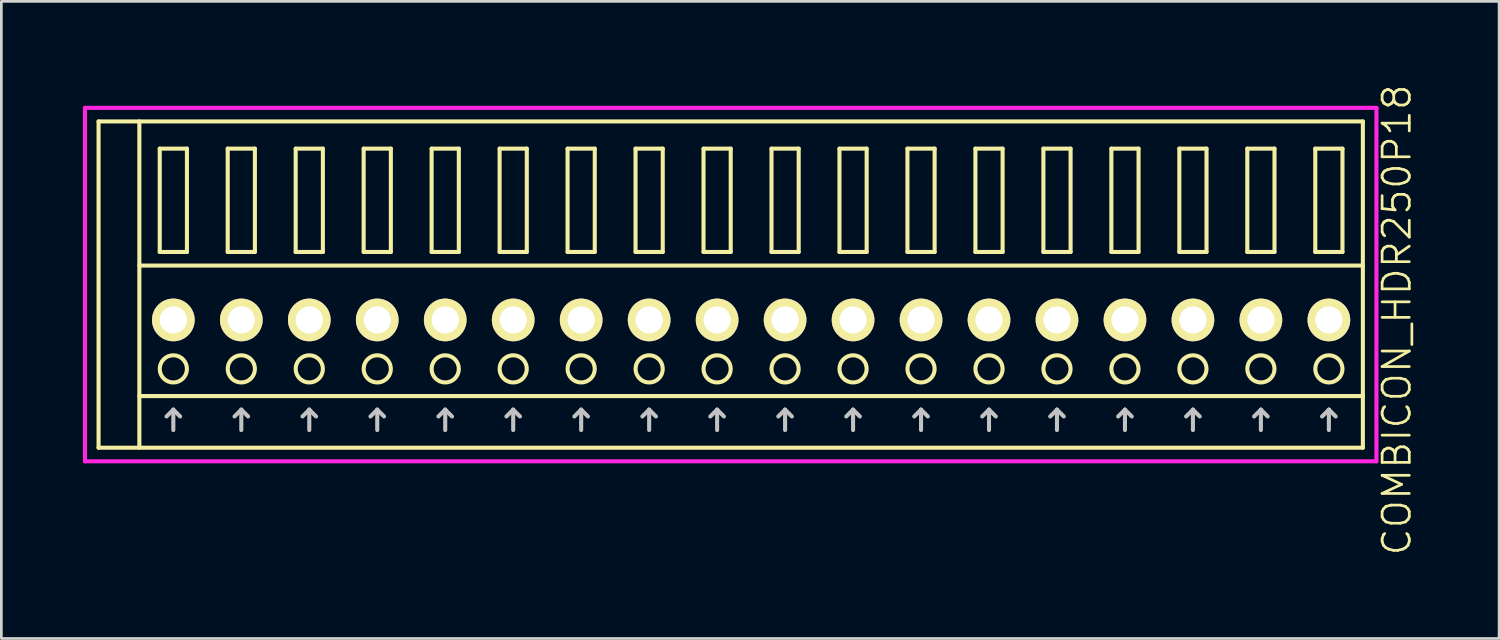
<source format=kicad_pcb>
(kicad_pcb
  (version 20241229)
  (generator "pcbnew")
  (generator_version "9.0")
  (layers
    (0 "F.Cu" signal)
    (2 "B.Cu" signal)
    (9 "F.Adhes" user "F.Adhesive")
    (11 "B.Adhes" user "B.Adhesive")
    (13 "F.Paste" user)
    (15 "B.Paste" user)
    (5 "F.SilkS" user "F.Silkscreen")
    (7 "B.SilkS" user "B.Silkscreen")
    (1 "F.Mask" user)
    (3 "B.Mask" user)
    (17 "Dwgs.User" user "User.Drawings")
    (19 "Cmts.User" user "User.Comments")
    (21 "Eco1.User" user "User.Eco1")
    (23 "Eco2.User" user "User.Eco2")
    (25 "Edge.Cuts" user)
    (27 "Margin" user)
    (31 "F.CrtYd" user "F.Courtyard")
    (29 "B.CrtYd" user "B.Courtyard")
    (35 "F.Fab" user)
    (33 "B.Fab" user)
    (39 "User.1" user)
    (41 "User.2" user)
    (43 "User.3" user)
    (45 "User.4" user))
  (footprint "COMBICON_HDR250P18"
    (layer "F.Cu")
    (at 24.575 8.717)
    (property "Reference" "COMBICON_HDR250P18" (at 23.75 0 90) (layer "F.SilkS") (effects (font (size 1 1) (thickness 0.1))))
    (attr through_hole)
    (fp_line (start -24 -7.3) (end -24 4.7) (stroke (width 0.15) (type solid)) (layer "F.SilkS"))
    (fp_line (start -24 4.7) (end 22.5 4.7) (stroke (width 0.15) (type solid)) (layer "F.SilkS"))
    (fp_line (start -22.5 -2) (end 22.5 -2) (stroke (width 0.15) (type solid)) (layer "F.SilkS"))
    (fp_line (start -22.5 2.8) (end 22.5 2.8) (stroke (width 0.15) (type solid)) (layer "F.SilkS"))
    (fp_line (start -22.5 4.7) (end -22.5 -7.3) (stroke (width 0.15) (type solid)) (layer "F.SilkS"))
    (fp_line (start -21.75 -6.3) (end -21.75 -2.5) (stroke (width 0.15) (type solid)) (layer "F.SilkS"))
    (fp_line (start -21.75 -2.5) (end -20.75 -2.5) (stroke (width 0.15) (type solid)) (layer "F.SilkS"))
    (fp_line (start -20.75 -6.3) (end -21.75 -6.3) (stroke (width 0.15) (type solid)) (layer "F.SilkS"))
    (fp_line (start -20.75 -2.5) (end -20.75 -6.3) (stroke (width 0.15) (type solid)) (layer "F.SilkS"))
    (fp_line (start -19.25 -6.3) (end -19.25 -2.5) (stroke (width 0.15) (type solid)) (layer "F.SilkS"))
    (fp_line (start -19.25 -2.5) (end -18.25 -2.5) (stroke (width 0.15) (type solid)) (layer "F.SilkS"))
    (fp_line (start -18.25 -6.3) (end -19.25 -6.3) (stroke (width 0.15) (type solid)) (layer "F.SilkS"))
    (fp_line (start -18.25 -2.5) (end -18.25 -6.3) (stroke (width 0.15) (type solid)) (layer "F.SilkS"))
    (fp_line (start -16.75 -6.3) (end -16.75 -2.5) (stroke (width 0.15) (type solid)) (layer "F.SilkS"))
    (fp_line (start -16.75 -2.5) (end -15.75 -2.5) (stroke (width 0.15) (type solid)) (layer "F.SilkS"))
    (fp_line (start -15.75 -6.3) (end -16.75 -6.3) (stroke (width 0.15) (type solid)) (layer "F.SilkS"))
    (fp_line (start -15.75 -2.5) (end -15.75 -6.3) (stroke (width 0.15) (type solid)) (layer "F.SilkS"))
    (fp_line (start -14.25 -6.3) (end -14.25 -2.5) (stroke (width 0.15) (type solid)) (layer "F.SilkS"))
    (fp_line (start -14.25 -2.5) (end -13.25 -2.5) (stroke (width 0.15) (type solid)) (layer "F.SilkS"))
    (fp_line (start -13.25 -6.3) (end -14.25 -6.3) (stroke (width 0.15) (type solid)) (layer "F.SilkS"))
    (fp_line (start -13.25 -2.5) (end -13.25 -6.3) (stroke (width 0.15) (type solid)) (layer "F.SilkS"))
    (fp_line (start -11.75 -6.3) (end -11.75 -2.5) (stroke (width 0.15) (type solid)) (layer "F.SilkS"))
    (fp_line (start -11.75 -2.5) (end -10.75 -2.5) (stroke (width 0.15) (type solid)) (layer "F.SilkS"))
    (fp_line (start -10.75 -6.3) (end -11.75 -6.3) (stroke (width 0.15) (type solid)) (layer "F.SilkS"))
    (fp_line (start -10.75 -2.5) (end -10.75 -6.3) (stroke (width 0.15) (type solid)) (layer "F.SilkS"))
    (fp_line (start -9.25 -6.3) (end -9.25 -2.5) (stroke (width 0.15) (type solid)) (layer "F.SilkS"))
    (fp_line (start -9.25 -2.5) (end -8.25 -2.5) (stroke (width 0.15) (type solid)) (layer "F.SilkS"))
    (fp_line (start -8.25 -6.3) (end -9.25 -6.3) (stroke (width 0.15) (type solid)) (layer "F.SilkS"))
    (fp_line (start -8.25 -2.5) (end -8.25 -6.3) (stroke (width 0.15) (type solid)) (layer "F.SilkS"))
    (fp_line (start -6.75 -6.3) (end -6.75 -2.5) (stroke (width 0.15) (type solid)) (layer "F.SilkS"))
    (fp_line (start -6.75 -2.5) (end -5.75 -2.5) (stroke (width 0.15) (type solid)) (layer "F.SilkS"))
    (fp_line (start -5.75 -6.3) (end -6.75 -6.3) (stroke (width 0.15) (type solid)) (layer "F.SilkS"))
    (fp_line (start -5.75 -2.5) (end -5.75 -6.3) (stroke (width 0.15) (type solid)) (layer "F.SilkS"))
    (fp_line (start -4.25 -6.3) (end -4.25 -2.5) (stroke (width 0.15) (type solid)) (layer "F.SilkS"))
    (fp_line (start -4.25 -2.5) (end -3.25 -2.5) (stroke (width 0.15) (type solid)) (layer "F.SilkS"))
    (fp_line (start -3.25 -6.3) (end -4.25 -6.3) (stroke (width 0.15) (type solid)) (layer "F.SilkS"))
    (fp_line (start -3.25 -2.5) (end -3.25 -6.3) (stroke (width 0.15) (type solid)) (layer "F.SilkS"))
    (fp_line (start -1.75 -6.3) (end -1.75 -2.5) (stroke (width 0.15) (type solid)) (layer "F.SilkS"))
    (fp_line (start -1.75 -2.5) (end -0.75 -2.5) (stroke (width 0.15) (type solid)) (layer "F.SilkS"))
    (fp_line (start -0.75 -6.3) (end -1.75 -6.3) (stroke (width 0.15) (type solid)) (layer "F.SilkS"))
    (fp_line (start -0.75 -2.5) (end -0.75 -6.3) (stroke (width 0.15) (type solid)) (layer "F.SilkS"))
    (fp_line (start 0.75 -6.3) (end 0.75 -2.5) (stroke (width 0.15) (type solid)) (layer "F.SilkS"))
    (fp_line (start 0.75 -2.5) (end 1.75 -2.5) (stroke (width 0.15) (type solid)) (layer "F.SilkS"))
    (fp_line (start 1.75 -6.3) (end 0.75 -6.3) (stroke (width 0.15) (type solid)) (layer "F.SilkS"))
    (fp_line (start 1.75 -2.5) (end 1.75 -6.3) (stroke (width 0.15) (type solid)) (layer "F.SilkS"))
    (fp_line (start 3.25 -6.3) (end 3.25 -2.5) (stroke (width 0.15) (type solid)) (layer "F.SilkS"))
    (fp_line (start 3.25 -2.5) (end 4.25 -2.5) (stroke (width 0.15) (type solid)) (layer "F.SilkS"))
    (fp_line (start 4.25 -6.3) (end 3.25 -6.3) (stroke (width 0.15) (type solid)) (layer "F.SilkS"))
    (fp_line (start 4.25 -2.5) (end 4.25 -6.3) (stroke (width 0.15) (type solid)) (layer "F.SilkS"))
    (fp_line (start 5.75 -6.3) (end 5.75 -2.5) (stroke (width 0.15) (type solid)) (layer "F.SilkS"))
    (fp_line (start 5.75 -2.5) (end 6.75 -2.5) (stroke (width 0.15) (type solid)) (layer "F.SilkS"))
    (fp_line (start 6.75 -6.3) (end 5.75 -6.3) (stroke (width 0.15) (type solid)) (layer "F.SilkS"))
    (fp_line (start 6.75 -2.5) (end 6.75 -6.3) (stroke (width 0.15) (type solid)) (layer "F.SilkS"))
    (fp_line (start 8.25 -6.3) (end 8.25 -2.5) (stroke (width 0.15) (type solid)) (layer "F.SilkS"))
    (fp_line (start 8.25 -2.5) (end 9.25 -2.5) (stroke (width 0.15) (type solid)) (layer "F.SilkS"))
    (fp_line (start 9.25 -6.3) (end 8.25 -6.3) (stroke (width 0.15) (type solid)) (layer "F.SilkS"))
    (fp_line (start 9.25 -2.5) (end 9.25 -6.3) (stroke (width 0.15) (type solid)) (layer "F.SilkS"))
    (fp_line (start 10.75 -6.3) (end 10.75 -2.5) (stroke (width 0.15) (type solid)) (layer "F.SilkS"))
    (fp_line (start 10.75 -2.5) (end 11.75 -2.5) (stroke (width 0.15) (type solid)) (layer "F.SilkS"))
    (fp_line (start 11.75 -6.3) (end 10.75 -6.3) (stroke (width 0.15) (type solid)) (layer "F.SilkS"))
    (fp_line (start 11.75 -2.5) (end 11.75 -6.3) (stroke (width 0.15) (type solid)) (layer "F.SilkS"))
    (fp_line (start 13.25 -6.3) (end 13.25 -2.5) (stroke (width 0.15) (type solid)) (layer "F.SilkS"))
    (fp_line (start 13.25 -2.5) (end 14.25 -2.5) (stroke (width 0.15) (type solid)) (layer "F.SilkS"))
    (fp_line (start 14.25 -6.3) (end 13.25 -6.3) (stroke (width 0.15) (type solid)) (layer "F.SilkS"))
    (fp_line (start 14.25 -2.5) (end 14.25 -6.3) (stroke (width 0.15) (type solid)) (layer "F.SilkS"))
    (fp_line (start 15.75 -6.3) (end 15.75 -2.5) (stroke (width 0.15) (type solid)) (layer "F.SilkS"))
    (fp_line (start 15.75 -2.5) (end 16.75 -2.5) (stroke (width 0.15) (type solid)) (layer "F.SilkS"))
    (fp_line (start 16.75 -6.3) (end 15.75 -6.3) (stroke (width 0.15) (type solid)) (layer "F.SilkS"))
    (fp_line (start 16.75 -2.5) (end 16.75 -6.3) (stroke (width 0.15) (type solid)) (layer "F.SilkS"))
    (fp_line (start 18.25 -6.3) (end 18.25 -2.5) (stroke (width 0.15) (type solid)) (layer "F.SilkS"))
    (fp_line (start 18.25 -2.5) (end 19.25 -2.5) (stroke (width 0.15) (type solid)) (layer "F.SilkS"))
    (fp_line (start 19.25 -6.3) (end 18.25 -6.3) (stroke (width 0.15) (type solid)) (layer "F.SilkS"))
    (fp_line (start 19.25 -2.5) (end 19.25 -6.3) (stroke (width 0.15) (type solid)) (layer "F.SilkS"))
    (fp_line (start 20.75 -6.3) (end 20.75 -2.5) (stroke (width 0.15) (type solid)) (layer "F.SilkS"))
    (fp_line (start 20.75 -2.5) (end 21.75 -2.5) (stroke (width 0.15) (type solid)) (layer "F.SilkS"))
    (fp_line (start 21.75 -6.3) (end 20.75 -6.3) (stroke (width 0.15) (type solid)) (layer "F.SilkS"))
    (fp_line (start 21.75 -2.5) (end 21.75 -6.3) (stroke (width 0.15) (type solid)) (layer "F.SilkS"))
    (fp_line (start 22.5 -7.3) (end -24 -7.3) (stroke (width 0.15) (type solid)) (layer "F.SilkS"))
    (fp_line (start 22.5 4.7) (end 22.5 -7.3) (stroke (width 0.15) (type solid)) (layer "F.SilkS"))
    (fp_circle (center -21.25 1.8) (end -20.75 1.8) (stroke (width 0.15) (type solid)) (fill no) (layer "F.SilkS"))
    (fp_circle (center -18.75 1.8) (end -18.25 1.8) (stroke (width 0.15) (type solid)) (fill no) (layer "F.SilkS"))
    (fp_circle (center -16.25 1.8) (end -15.75 1.8) (stroke (width 0.15) (type solid)) (fill no) (layer "F.SilkS"))
    (fp_circle (center -13.75 1.8) (end -13.25 1.8) (stroke (width 0.15) (type solid)) (fill no) (layer "F.SilkS"))
    (fp_circle (center -11.25 1.8) (end -10.75 1.8) (stroke (width 0.15) (type solid)) (fill no) (layer "F.SilkS"))
    (fp_circle (center -8.75 1.8) (end -8.25 1.8) (stroke (width 0.15) (type solid)) (fill no) (layer "F.SilkS"))
    (fp_circle (center -6.25 1.8) (end -5.75 1.8) (stroke (width 0.15) (type solid)) (fill no) (layer "F.SilkS"))
    (fp_circle (center -3.75 1.8) (end -3.25 1.8) (stroke (width 0.15) (type solid)) (fill no) (layer "F.SilkS"))
    (fp_circle (center -1.25 1.8) (end -0.75 1.8) (stroke (width 0.15) (type solid)) (fill no) (layer "F.SilkS"))
    (fp_circle (center 1.25 1.8) (end 1.75 1.8) (stroke (width 0.15) (type solid)) (fill no) (layer "F.SilkS"))
    (fp_circle (center 3.75 1.8) (end 4.25 1.8) (stroke (width 0.15) (type solid)) (fill no) (layer "F.SilkS"))
    (fp_circle (center 6.25 1.8) (end 6.75 1.8) (stroke (width 0.15) (type solid)) (fill no) (layer "F.SilkS"))
    (fp_circle (center 8.75 1.8) (end 9.25 1.8) (stroke (width 0.15) (type solid)) (fill no) (layer "F.SilkS"))
    (fp_circle (center 11.25 1.8) (end 11.75 1.8) (stroke (width 0.15) (type solid)) (fill no) (layer "F.SilkS"))
    (fp_circle (center 13.75 1.8) (end 14.25 1.8) (stroke (width 0.15) (type solid)) (fill no) (layer "F.SilkS"))
    (fp_circle (center 16.25 1.8) (end 16.75 1.8) (stroke (width 0.15) (type solid)) (fill no) (layer "F.SilkS"))
    (fp_circle (center 18.75 1.8) (end 19.25 1.8) (stroke (width 0.15) (type solid)) (fill no) (layer "F.SilkS"))
    (fp_circle (center 21.25 1.8) (end 21.75 1.8) (stroke (width 0.15) (type solid)) (fill no) (layer "F.SilkS"))
    (fp_line (start -21.5 3.55) (end -21.25 3.3) (stroke (width 0.15) (type solid)) (layer "Dwgs.User"))
    (fp_line (start -21.25 4.05) (end -21.25 3.3) (stroke (width 0.15) (type solid)) (layer "Dwgs.User"))
    (fp_line (start -21 3.55) (end -21.25 3.3) (stroke (width 0.15) (type solid)) (layer "Dwgs.User"))
    (fp_line (start -19 3.55) (end -18.75 3.3) (stroke (width 0.15) (type solid)) (layer "Dwgs.User"))
    (fp_line (start -18.75 4.05) (end -18.75 3.3) (stroke (width 0.15) (type solid)) (layer "Dwgs.User"))
    (fp_line (start -18.5 3.55) (end -18.75 3.3) (stroke (width 0.15) (type solid)) (layer "Dwgs.User"))
    (fp_line (start -16.5 3.55) (end -16.25 3.3) (stroke (width 0.15) (type solid)) (layer "Dwgs.User"))
    (fp_line (start -16.25 4.05) (end -16.25 3.3) (stroke (width 0.15) (type solid)) (layer "Dwgs.User"))
    (fp_line (start -16 3.55) (end -16.25 3.3) (stroke (width 0.15) (type solid)) (layer "Dwgs.User"))
    (fp_line (start -14 3.55) (end -13.75 3.3) (stroke (width 0.15) (type solid)) (layer "Dwgs.User"))
    (fp_line (start -13.75 4.05) (end -13.75 3.3) (stroke (width 0.15) (type solid)) (layer "Dwgs.User"))
    (fp_line (start -13.5 3.55) (end -13.75 3.3) (stroke (width 0.15) (type solid)) (layer "Dwgs.User"))
    (fp_line (start -11.5 3.55) (end -11.25 3.3) (stroke (width 0.15) (type solid)) (layer "Dwgs.User"))
    (fp_line (start -11.25 4.05) (end -11.25 3.3) (stroke (width 0.15) (type solid)) (layer "Dwgs.User"))
    (fp_line (start -11 3.55) (end -11.25 3.3) (stroke (width 0.15) (type solid)) (layer "Dwgs.User"))
    (fp_line (start -9 3.55) (end -8.75 3.3) (stroke (width 0.15) (type solid)) (layer "Dwgs.User"))
    (fp_line (start -8.75 4.05) (end -8.75 3.3) (stroke (width 0.15) (type solid)) (layer "Dwgs.User"))
    (fp_line (start -8.5 3.55) (end -8.75 3.3) (stroke (width 0.15) (type solid)) (layer "Dwgs.User"))
    (fp_line (start -6.5 3.55) (end -6.25 3.3) (stroke (width 0.15) (type solid)) (layer "Dwgs.User"))
    (fp_line (start -6.25 4.05) (end -6.25 3.3) (stroke (width 0.15) (type solid)) (layer "Dwgs.User"))
    (fp_line (start -6 3.55) (end -6.25 3.3) (stroke (width 0.15) (type solid)) (layer "Dwgs.User"))
    (fp_line (start -4 3.55) (end -3.75 3.3) (stroke (width 0.15) (type solid)) (layer "Dwgs.User"))
    (fp_line (start -3.75 4.05) (end -3.75 3.3) (stroke (width 0.15) (type solid)) (layer "Dwgs.User"))
    (fp_line (start -3.5 3.55) (end -3.75 3.3) (stroke (width 0.15) (type solid)) (layer "Dwgs.User"))
    (fp_line (start -1.5 3.55) (end -1.25 3.3) (stroke (width 0.15) (type solid)) (layer "Dwgs.User"))
    (fp_line (start -1.25 4.05) (end -1.25 3.3) (stroke (width 0.15) (type solid)) (layer "Dwgs.User"))
    (fp_line (start -1 3.55) (end -1.25 3.3) (stroke (width 0.15) (type solid)) (layer "Dwgs.User"))
    (fp_line (start 1 3.55) (end 1.25 3.3) (stroke (width 0.15) (type solid)) (layer "Dwgs.User"))
    (fp_line (start 1.25 4.05) (end 1.25 3.3) (stroke (width 0.15) (type solid)) (layer "Dwgs.User"))
    (fp_line (start 1.5 3.55) (end 1.25 3.3) (stroke (width 0.15) (type solid)) (layer "Dwgs.User"))
    (fp_line (start 3.5 3.55) (end 3.75 3.3) (stroke (width 0.15) (type solid)) (layer "Dwgs.User"))
    (fp_line (start 3.75 4.05) (end 3.75 3.3) (stroke (width 0.15) (type solid)) (layer "Dwgs.User"))
    (fp_line (start 4 3.55) (end 3.75 3.3) (stroke (width 0.15) (type solid)) (layer "Dwgs.User"))
    (fp_line (start 6 3.55) (end 6.25 3.3) (stroke (width 0.15) (type solid)) (layer "Dwgs.User"))
    (fp_line (start 6.25 4.05) (end 6.25 3.3) (stroke (width 0.15) (type solid)) (layer "Dwgs.User"))
    (fp_line (start 6.5 3.55) (end 6.25 3.3) (stroke (width 0.15) (type solid)) (layer "Dwgs.User"))
    (fp_line (start 8.5 3.55) (end 8.75 3.3) (stroke (width 0.15) (type solid)) (layer "Dwgs.User"))
    (fp_line (start 8.75 4.05) (end 8.75 3.3) (stroke (width 0.15) (type solid)) (layer "Dwgs.User"))
    (fp_line (start 9 3.55) (end 8.75 3.3) (stroke (width 0.15) (type solid)) (layer "Dwgs.User"))
    (fp_line (start 11 3.55) (end 11.25 3.3) (stroke (width 0.15) (type solid)) (layer "Dwgs.User"))
    (fp_line (start 11.25 4.05) (end 11.25 3.3) (stroke (width 0.15) (type solid)) (layer "Dwgs.User"))
    (fp_line (start 11.5 3.55) (end 11.25 3.3) (stroke (width 0.15) (type solid)) (layer "Dwgs.User"))
    (fp_line (start 13.5 3.55) (end 13.75 3.3) (stroke (width 0.15) (type solid)) (layer "Dwgs.User"))
    (fp_line (start 13.75 4.05) (end 13.75 3.3) (stroke (width 0.15) (type solid)) (layer "Dwgs.User"))
    (fp_line (start 14 3.55) (end 13.75 3.3) (stroke (width 0.15) (type solid)) (layer "Dwgs.User"))
    (fp_line (start 16 3.55) (end 16.25 3.3) (stroke (width 0.15) (type solid)) (layer "Dwgs.User"))
    (fp_line (start 16.25 4.05) (end 16.25 3.3) (stroke (width 0.15) (type solid)) (layer "Dwgs.User"))
    (fp_line (start 16.5 3.55) (end 16.25 3.3) (stroke (width 0.15) (type solid)) (layer "Dwgs.User"))
    (fp_line (start 18.5 3.55) (end 18.75 3.3) (stroke (width 0.15) (type solid)) (layer "Dwgs.User"))
    (fp_line (start 18.75 4.05) (end 18.75 3.3) (stroke (width 0.15) (type solid)) (layer "Dwgs.User"))
    (fp_line (start 19 3.55) (end 18.75 3.3) (stroke (width 0.15) (type solid)) (layer "Dwgs.User"))
    (fp_line (start 21 3.55) (end 21.25 3.3) (stroke (width 0.15) (type solid)) (layer "Dwgs.User"))
    (fp_line (start 21.25 4.05) (end 21.25 3.3) (stroke (width 0.15) (type solid)) (layer "Dwgs.User"))
    (fp_line (start 21.5 3.55) (end 21.25 3.3) (stroke (width 0.15) (type solid)) (layer "Dwgs.User"))
    (fp_line (start -24.5 -7.8) (end -24.5 5.2) (stroke (width 0.15) (type solid)) (layer "F.CrtYd"))
    (fp_line (start -24.5 5.2) (end 23 5.2) (stroke (width 0.15) (type solid)) (layer "F.CrtYd"))
    (fp_line (start 23 -7.8) (end -24.5 -7.8) (stroke (width 0.15) (type solid)) (layer "F.CrtYd"))
    (fp_line (start 23 5.2) (end 23 -7.8) (stroke (width 0.15) (type solid)) (layer "F.CrtYd"))
    (pad "1" thru_hole oval (at -21.25 0) (size 1.57 1.57) (drill 1) (layers "*.Cu" "*.Mask" "F.SilkS"))
    (pad "2" thru_hole oval (at -18.75 0) (size 1.57 1.57) (drill 1) (layers "*.Cu" "*.Mask" "F.SilkS"))
    (pad "3" thru_hole oval (at -16.25 0) (size 1.57 1.57) (drill 1) (layers "*.Cu" "*.Mask" "F.SilkS"))
    (pad "4" thru_hole oval (at -13.75 0) (size 1.57 1.57) (drill 1) (layers "*.Cu" "*.Mask" "F.SilkS"))
    (pad "5" thru_hole oval (at -11.25 0) (size 1.57 1.57) (drill 1) (layers "*.Cu" "*.Mask" "F.SilkS"))
    (pad "6" thru_hole oval (at -8.75 0) (size 1.57 1.57) (drill 1) (layers "*.Cu" "*.Mask" "F.SilkS"))
    (pad "7" thru_hole oval (at -6.25 0) (size 1.57 1.57) (drill 1) (layers "*.Cu" "*.Mask" "F.SilkS"))
    (pad "8" thru_hole oval (at -3.75 0) (size 1.57 1.57) (drill 1) (layers "*.Cu" "*.Mask" "F.SilkS"))
    (pad "9" thru_hole oval (at -1.25 0) (size 1.57 1.57) (drill 1) (layers "*.Cu" "*.Mask" "F.SilkS"))
    (pad "10" thru_hole oval (at 1.25 0) (size 1.57 1.57) (drill 1) (layers "*.Cu" "*.Mask" "F.SilkS"))
    (pad "11" thru_hole oval (at 3.75 0) (size 1.57 1.57) (drill 1) (layers "*.Cu" "*.Mask" "F.SilkS"))
    (pad "12" thru_hole oval (at 6.25 0) (size 1.57 1.57) (drill 1) (layers "*.Cu" "*.Mask" "F.SilkS"))
    (pad "13" thru_hole oval (at 8.75 0) (size 1.57 1.57) (drill 1) (layers "*.Cu" "*.Mask" "F.SilkS"))
    (pad "14" thru_hole oval (at 11.25 0) (size 1.57 1.57) (drill 1) (layers "*.Cu" "*.Mask" "F.SilkS"))
    (pad "15" thru_hole oval (at 13.75 0) (size 1.57 1.57) (drill 1) (layers "*.Cu" "*.Mask" "F.SilkS"))
    (pad "16" thru_hole oval (at 16.25 0) (size 1.57 1.57) (drill 1) (layers "*.Cu" "*.Mask" "F.SilkS"))
    (pad "17" thru_hole oval (at 18.75 0) (size 1.57 1.57) (drill 1) (layers "*.Cu" "*.Mask" "F.SilkS"))
    (pad "18" thru_hole oval (at 21.25 0) (size 1.57 1.57) (drill 1) (layers "*.Cu" "*.Mask" "F.SilkS")))
  (gr_rect
    (start -3 -3)
    (end 52.086 20.433)
    (stroke (width 0.1) (type default))
    (fill no)
    (layer "Edge.Cuts")))
</source>
